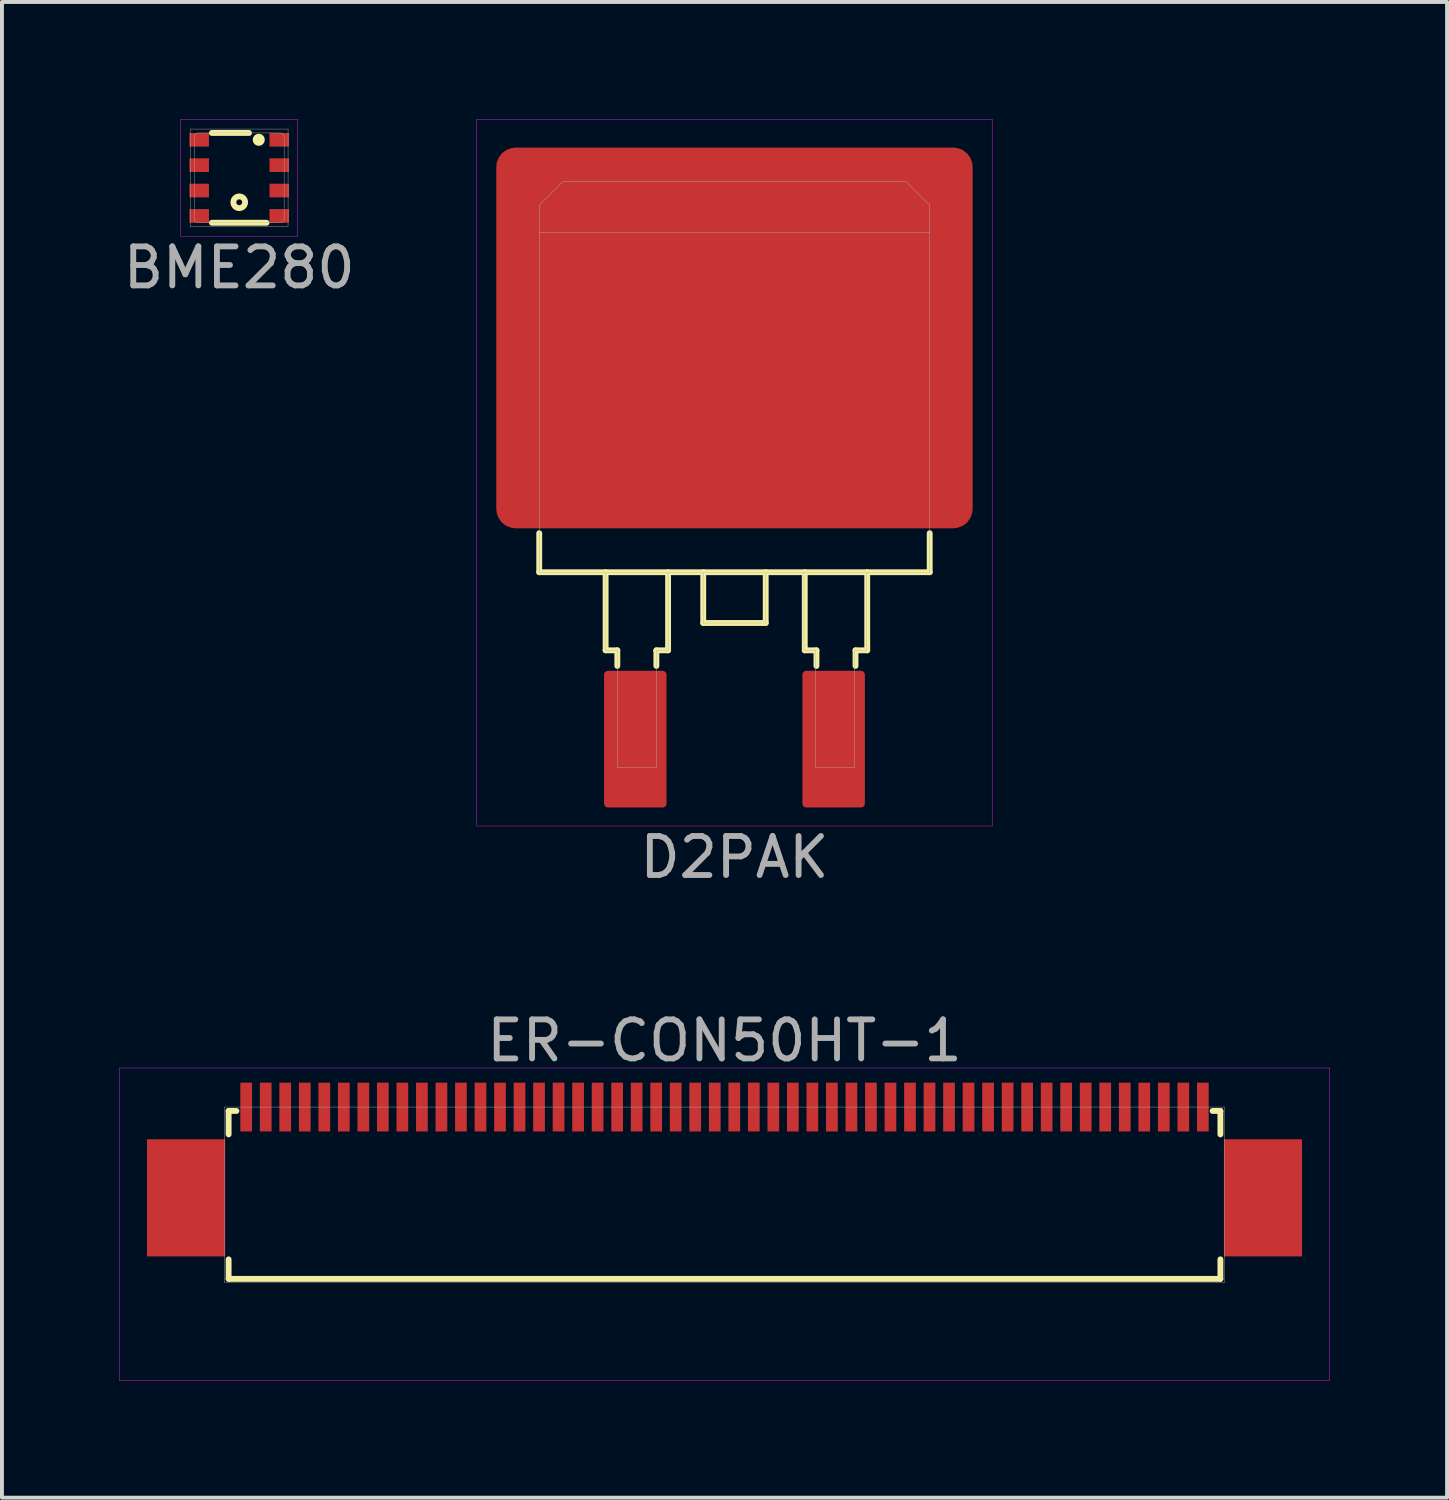
<source format=kicad_pcb>
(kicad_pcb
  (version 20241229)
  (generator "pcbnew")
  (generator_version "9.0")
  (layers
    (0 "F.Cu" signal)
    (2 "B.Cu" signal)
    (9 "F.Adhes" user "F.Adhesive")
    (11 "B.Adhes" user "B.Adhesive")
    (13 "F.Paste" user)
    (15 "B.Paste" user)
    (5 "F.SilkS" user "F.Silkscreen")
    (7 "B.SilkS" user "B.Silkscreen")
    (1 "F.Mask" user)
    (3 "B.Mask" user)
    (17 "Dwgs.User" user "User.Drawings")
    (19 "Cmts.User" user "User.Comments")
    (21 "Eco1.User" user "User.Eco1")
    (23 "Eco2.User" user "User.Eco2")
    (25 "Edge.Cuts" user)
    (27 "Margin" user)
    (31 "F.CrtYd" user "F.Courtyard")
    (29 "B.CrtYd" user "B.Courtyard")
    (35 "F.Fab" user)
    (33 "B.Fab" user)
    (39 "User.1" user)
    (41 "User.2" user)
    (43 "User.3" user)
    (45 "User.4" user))
  (footprint "ER-CON50HT-1"
    (layer "F.Cu")
    (at 15.505 25.302)
    (property "Reference" "ER-CON50HT-1" (at 0 -1.7 0) (layer "F.Fab") (effects (font (size 1 1) (thickness 0.15))))
    (attr through_hole)
    (fp_line (start -12.7 0.1) (end -12.7 0.7) (stroke (width 0.15) (type solid)) (layer "F.SilkS"))
    (fp_line (start -12.7 4.4) (end -12.7 3.9) (stroke (width 0.15) (type solid)) (layer "F.SilkS"))
    (fp_line (start -12.5 0.1) (end -12.7 0.1) (stroke (width 0.15) (type solid)) (layer "F.SilkS"))
    (fp_line (start 12.5 0.1) (end 12.7 0.1) (stroke (width 0.15) (type solid)) (layer "F.SilkS"))
    (fp_line (start 12.7 0.1) (end 12.7 0.7) (stroke (width 0.15) (type solid)) (layer "F.SilkS"))
    (fp_line (start 12.7 3.9) (end 12.7 4.4) (stroke (width 0.15) (type solid)) (layer "F.SilkS"))
    (fp_line (start 12.7 4.4) (end -12.7 4.4) (stroke (width 0.15) (type solid)) (layer "F.SilkS"))
    (fp_line (start -15.5 -1) (end -15.5 7) (stroke (width 0.01) (type solid)) (layer "F.CrtYd"))
    (fp_line (start 15.5 -1) (end -15.5 -1) (stroke (width 0.01) (type solid)) (layer "F.CrtYd"))
    (fp_line (start 15.5 7) (end -15.5 7) (stroke (width 0.01) (type solid)) (layer "F.CrtYd"))
    (fp_line (start 15.5 7) (end 15.5 -1) (stroke (width 0.01) (type solid)) (layer "F.CrtYd"))
    (fp_line (start -12.8 0) (end -12.8 4.5) (stroke (width 0.01) (type solid)) (layer "F.Fab"))
    (fp_line (start -12.8 4.5) (end 12.8 4.5) (stroke (width 0.01) (type solid)) (layer "F.Fab"))
    (fp_line (start 12.8 0) (end -12.8 0) (stroke (width 0.01) (type solid)) (layer "F.Fab"))
    (fp_line (start 12.8 4.5) (end 12.8 0) (stroke (width 0.01) (type solid)) (layer "F.Fab"))
    (pad "" smd rect (at -13.79 2.325) (size 2 3) (layers "F.Cu" "F.Mask" "F.Paste"))
    (pad "" smd rect (at 13.79 2.325) (size 2 3) (layers "F.Cu" "F.Mask" "F.Paste"))
    (pad "1" smd rect (at -12.25 0) (size 0.3 1.25) (layers "F.Cu" "F.Mask" "F.Paste"))
    (pad "2" smd rect (at -11.75 0) (size 0.3 1.25) (layers "F.Cu" "F.Mask" "F.Paste"))
    (pad "3" smd rect (at -11.25 0) (size 0.3 1.25) (layers "F.Cu" "F.Mask" "F.Paste"))
    (pad "4" smd rect (at -10.75 0) (size 0.3 1.25) (layers "F.Cu" "F.Mask" "F.Paste"))
    (pad "5" smd rect (at -10.25 0) (size 0.3 1.25) (layers "F.Cu" "F.Mask" "F.Paste"))
    (pad "6" smd rect (at -9.75 0) (size 0.3 1.25) (layers "F.Cu" "F.Mask" "F.Paste"))
    (pad "7" smd rect (at -9.25 0) (size 0.3 1.25) (layers "F.Cu" "F.Mask" "F.Paste"))
    (pad "8" smd rect (at -8.75 0) (size 0.3 1.25) (layers "F.Cu" "F.Mask" "F.Paste"))
    (pad "9" smd rect (at -8.25 0) (size 0.3 1.25) (layers "F.Cu" "F.Mask" "F.Paste"))
    (pad "10" smd rect (at -7.75 0) (size 0.3 1.25) (layers "F.Cu" "F.Mask" "F.Paste"))
    (pad "11" smd rect (at -7.25 0) (size 0.3 1.25) (layers "F.Cu" "F.Mask" "F.Paste"))
    (pad "12" smd rect (at -6.75 0) (size 0.3 1.25) (layers "F.Cu" "F.Mask" "F.Paste"))
    (pad "13" smd rect (at -6.25 0) (size 0.3 1.25) (layers "F.Cu" "F.Mask" "F.Paste"))
    (pad "14" smd rect (at -5.75 0) (size 0.3 1.25) (layers "F.Cu" "F.Mask" "F.Paste"))
    (pad "15" smd rect (at -5.25 0) (size 0.3 1.25) (layers "F.Cu" "F.Mask" "F.Paste"))
    (pad "16" smd rect (at -4.75 0) (size 0.3 1.25) (layers "F.Cu" "F.Mask" "F.Paste"))
    (pad "17" smd rect (at -4.25 0) (size 0.3 1.25) (layers "F.Cu" "F.Mask" "F.Paste"))
    (pad "18" smd rect (at -3.75 0) (size 0.3 1.25) (layers "F.Cu" "F.Mask" "F.Paste"))
    (pad "19" smd rect (at -3.25 0) (size 0.3 1.25) (layers "F.Cu" "F.Mask" "F.Paste"))
    (pad "20" smd rect (at -2.75 0) (size 0.3 1.25) (layers "F.Cu" "F.Mask" "F.Paste"))
    (pad "21" smd rect (at -2.25 0) (size 0.3 1.25) (layers "F.Cu" "F.Mask" "F.Paste"))
    (pad "22" smd rect (at -1.75 0) (size 0.3 1.25) (layers "F.Cu" "F.Mask" "F.Paste"))
    (pad "23" smd rect (at -1.25 0) (size 0.3 1.25) (layers "F.Cu" "F.Mask" "F.Paste"))
    (pad "24" smd rect (at -0.75 0) (size 0.3 1.25) (layers "F.Cu" "F.Mask" "F.Paste"))
    (pad "25" smd rect (at -0.25 0) (size 0.3 1.25) (layers "F.Cu" "F.Mask" "F.Paste"))
    (pad "26" smd rect (at 0.25 0) (size 0.3 1.25) (layers "F.Cu" "F.Mask" "F.Paste"))
    (pad "27" smd rect (at 0.75 0) (size 0.3 1.25) (layers "F.Cu" "F.Mask" "F.Paste"))
    (pad "28" smd rect (at 1.25 0) (size 0.3 1.25) (layers "F.Cu" "F.Mask" "F.Paste"))
    (pad "29" smd rect (at 1.75 0) (size 0.3 1.25) (layers "F.Cu" "F.Mask" "F.Paste"))
    (pad "30" smd rect (at 2.25 0) (size 0.3 1.25) (layers "F.Cu" "F.Mask" "F.Paste"))
    (pad "31" smd rect (at 2.75 0) (size 0.3 1.25) (layers "F.Cu" "F.Mask" "F.Paste"))
    (pad "32" smd rect (at 3.25 0) (size 0.3 1.25) (layers "F.Cu" "F.Mask" "F.Paste"))
    (pad "33" smd rect (at 3.75 0) (size 0.3 1.25) (layers "F.Cu" "F.Mask" "F.Paste"))
    (pad "34" smd rect (at 4.25 0) (size 0.3 1.25) (layers "F.Cu" "F.Mask" "F.Paste"))
    (pad "35" smd rect (at 4.75 0) (size 0.3 1.25) (layers "F.Cu" "F.Mask" "F.Paste"))
    (pad "36" smd rect (at 5.25 0) (size 0.3 1.25) (layers "F.Cu" "F.Mask" "F.Paste"))
    (pad "37" smd rect (at 5.75 0) (size 0.3 1.25) (layers "F.Cu" "F.Mask" "F.Paste"))
    (pad "38" smd rect (at 6.25 0) (size 0.3 1.25) (layers "F.Cu" "F.Mask" "F.Paste"))
    (pad "39" smd rect (at 6.75 0) (size 0.3 1.25) (layers "F.Cu" "F.Mask" "F.Paste"))
    (pad "40" smd rect (at 7.25 0) (size 0.3 1.25) (layers "F.Cu" "F.Mask" "F.Paste"))
    (pad "41" smd rect (at 7.75 0) (size 0.3 1.25) (layers "F.Cu" "F.Mask" "F.Paste"))
    (pad "42" smd rect (at 8.25 0) (size 0.3 1.25) (layers "F.Cu" "F.Mask" "F.Paste"))
    (pad "43" smd rect (at 8.75 0) (size 0.3 1.25) (layers "F.Cu" "F.Mask" "F.Paste"))
    (pad "44" smd rect (at 9.25 0) (size 0.3 1.25) (layers "F.Cu" "F.Mask" "F.Paste"))
    (pad "45" smd rect (at 9.75 0) (size 0.3 1.25) (layers "F.Cu" "F.Mask" "F.Paste"))
    (pad "46" smd rect (at 10.25 0) (size 0.3 1.25) (layers "F.Cu" "F.Mask" "F.Paste"))
    (pad "47" smd rect (at 10.75 0) (size 0.3 1.25) (layers "F.Cu" "F.Mask" "F.Paste"))
    (pad "48" smd rect (at 11.25 0) (size 0.3 1.25) (layers "F.Cu" "F.Mask" "F.Paste"))
    (pad "49" smd rect (at 11.75 0) (size 0.3 1.25) (layers "F.Cu" "F.Mask" "F.Paste"))
    (pad "50" smd rect (at 12.25 0) (size 0.3 1.25) (layers "F.Cu" "F.Mask" "F.Paste")))
  (footprint "BME280"
    (layer "F.Cu")
    (at 3.077 1.505)
    (property "Reference" "BME280" (at 0 2.3 0) (layer "F.Fab") (effects (font (size 1 1) (thickness 0.15))))
    (attr smd)
    (fp_line (start -0.7 -1.15) (end 0.25 -1.15) (stroke (width 0.15) (type solid)) (layer "F.SilkS"))
    (fp_line (start -0.7 1.15) (end 0.7 1.15) (stroke (width 0.15) (type solid)) (layer "F.SilkS"))
    (fp_circle (center 0 0.625) (end 0 0.775) (stroke (width 0.15) (type solid)) (fill no) (layer "F.SilkS"))
    (fp_circle (center 0.5 -0.975) (end 0.58 -0.97) (stroke (width 0.15) (type solid)) (fill no) (layer "F.SilkS"))
    (fp_line (start -1.5 -1.5) (end 1.5 -1.5) (stroke (width 0.01) (type solid)) (layer "F.CrtYd"))
    (fp_line (start -1.5 1.5) (end -1.5 -1.5) (stroke (width 0.01) (type solid)) (layer "F.CrtYd"))
    (fp_line (start 1.5 -1.5) (end 1.5 1.5) (stroke (width 0.01) (type solid)) (layer "F.CrtYd"))
    (fp_line (start 1.5 1.5) (end -1.5 1.5) (stroke (width 0.01) (type solid)) (layer "F.CrtYd"))
    (fp_line (start -1.25 -1.25) (end -1.25 1.25) (stroke (width 0.01) (type solid)) (layer "F.Fab"))
    (fp_line (start -1.25 -1.25) (end 1.25 -1.25) (stroke (width 0.01) (type solid)) (layer "F.Fab"))
    (fp_line (start -1.15 -1.05) (end -1.15 1.05) (stroke (width 0.01) (type solid)) (layer "F.Fab"))
    (fp_line (start -1.05 1.15) (end 1.05 1.15) (stroke (width 0.01) (type solid)) (layer "F.Fab"))
    (fp_line (start 1.05 -1.15) (end -1.05 -1.15) (stroke (width 0.01) (type solid)) (layer "F.Fab"))
    (fp_line (start 1.15 1.05) (end 1.15 -1.05) (stroke (width 0.01) (type solid)) (layer "F.Fab"))
    (fp_line (start 1.25 -1.25) (end 1.25 -1.25) (stroke (width 0.01) (type solid)) (layer "F.Fab"))
    (fp_line (start 1.25 -1.25) (end 1.25 1.25) (stroke (width 0.01) (type solid)) (layer "F.Fab"))
    (fp_line (start 1.25 1.25) (end -1.25 1.25) (stroke (width 0.01) (type solid)) (layer "F.Fab"))
    (fp_arc (start -1.15 -1.05) (mid -1.120711 -1.120711) (end -1.05 -1.15) (stroke (width 0.01) (type solid)) (layer "F.Fab"))
    (fp_arc (start -1.05 1.15) (mid -1.120711 1.120711) (end -1.15 1.05) (stroke (width 0.01) (type solid)) (layer "F.Fab"))
    (fp_arc (start 1.05 -1.15) (mid 1.120711 -1.120711) (end 1.15 -1.05) (stroke (width 0.01) (type solid)) (layer "F.Fab"))
    (fp_arc (start 1.15 1.05) (mid 1.120711 1.120711) (end 1.05 1.15) (stroke (width 0.01) (type solid)) (layer "F.Fab"))
    (pad "1" smd rect (at 1.025 -0.975) (size 0.5 0.35) (layers "F.Cu" "F.Mask" "F.Paste"))
    (pad "2" smd rect (at 1.025 -0.325) (size 0.5 0.35) (layers "F.Cu" "F.Mask" "F.Paste"))
    (pad "3" smd rect (at 1.025 0.325) (size 0.5 0.35) (layers "F.Cu" "F.Mask" "F.Paste"))
    (pad "4" smd rect (at 1.025 0.975) (size 0.5 0.35) (layers "F.Cu" "F.Mask" "F.Paste"))
    (pad "5" smd rect (at -1.025 0.975) (size 0.5 0.35) (layers "F.Cu" "F.Mask" "F.Paste"))
    (pad "6" smd rect (at -1.025 0.325) (size 0.5 0.35) (layers "F.Cu" "F.Mask" "F.Paste"))
    (pad "7" smd rect (at -1.025 -0.325) (size 0.5 0.35) (layers "F.Cu" "F.Mask" "F.Paste"))
    (pad "8" smd rect (at -1.025 -0.975) (size 0.5 0.35) (layers "F.Cu" "F.Mask" "F.Paste")))
  (footprint "D2PAK"
    (layer "F.Cu")
    (at 15.76 5.605)
    (property "Reference" "D2PAK" (at 0 13.3 0) (layer "F.Fab") (effects (font (size 1 1) (thickness 0.15))))
    (attr through_hole)
    (fp_line (start -5 5) (end -5 6) (stroke (width 0.15) (type solid)) (layer "F.SilkS"))
    (fp_line (start -5 6) (end 5 6) (stroke (width 0.15) (type solid)) (layer "F.SilkS"))
    (fp_line (start -3.3 6) (end -3.3 8) (stroke (width 0.15) (type solid)) (layer "F.SilkS"))
    (fp_line (start -3.3 8) (end -3 8) (stroke (width 0.15) (type solid)) (layer "F.SilkS"))
    (fp_line (start -3 8) (end -3 8.4) (stroke (width 0.15) (type solid)) (layer "F.SilkS"))
    (fp_line (start -2 8) (end -1.7 8) (stroke (width 0.15) (type solid)) (layer "F.SilkS"))
    (fp_line (start -2 8.4) (end -2 8) (stroke (width 0.15) (type solid)) (layer "F.SilkS"))
    (fp_line (start -1.7 8) (end -1.7 6) (stroke (width 0.15) (type solid)) (layer "F.SilkS"))
    (fp_line (start -0.8 6) (end -0.8 7.3) (stroke (width 0.15) (type solid)) (layer "F.SilkS"))
    (fp_line (start -0.8 7.3) (end 0.8 7.3) (stroke (width 0.15) (type solid)) (layer "F.SilkS"))
    (fp_line (start 0.8 7.3) (end 0.8 6) (stroke (width 0.15) (type solid)) (layer "F.SilkS"))
    (fp_line (start 1.8 6) (end 1.8 8) (stroke (width 0.15) (type solid)) (layer "F.SilkS"))
    (fp_line (start 1.8 8) (end 2.1 8) (stroke (width 0.15) (type solid)) (layer "F.SilkS"))
    (fp_line (start 2.1 8) (end 2.1 8.4) (stroke (width 0.15) (type solid)) (layer "F.SilkS"))
    (fp_line (start 3.1 8) (end 3.4 8) (stroke (width 0.15) (type solid)) (layer "F.SilkS"))
    (fp_line (start 3.1 8.4) (end 3.1 8) (stroke (width 0.15) (type solid)) (layer "F.SilkS"))
    (fp_line (start 3.4 8) (end 3.4 6) (stroke (width 0.15) (type solid)) (layer "F.SilkS"))
    (fp_line (start 5 6) (end 5 5) (stroke (width 0.15) (type solid)) (layer "F.SilkS"))
    (fp_line (start -6.6 -5.6) (end 6.6 -5.6) (stroke (width 0.01) (type solid)) (layer "F.CrtYd"))
    (fp_line (start -6.6 12.5) (end -6.6 -5.6) (stroke (width 0.01) (type solid)) (layer "F.CrtYd"))
    (fp_line (start 6.6 -5.6) (end 6.6 12.5) (stroke (width 0.01) (type solid)) (layer "F.CrtYd"))
    (fp_line (start 6.6 12.5) (end -6.6 12.5) (stroke (width 0.01) (type solid)) (layer "F.CrtYd"))
    (fp_line (start -5 -3.4) (end -4.4 -4) (stroke (width 0.01) (type solid)) (layer "F.Fab"))
    (fp_line (start -5 -2.7) (end 5 -2.7) (stroke (width 0.01) (type solid)) (layer "F.Fab"))
    (fp_line (start -5 6) (end -5 -3.4) (stroke (width 0.01) (type solid)) (layer "F.Fab"))
    (fp_line (start -4.4 -4) (end 4.4 -4) (stroke (width 0.01) (type solid)) (layer "F.Fab"))
    (fp_line (start -3.3 6) (end -3.3 8) (stroke (width 0.01) (type solid)) (layer "F.Fab"))
    (fp_line (start -3.3 8) (end -3 8) (stroke (width 0.01) (type solid)) (layer "F.Fab"))
    (fp_line (start -3 11) (end -3 8) (stroke (width 0.01) (type solid)) (layer "F.Fab"))
    (fp_line (start -2 8) (end -2 11) (stroke (width 0.01) (type solid)) (layer "F.Fab"))
    (fp_line (start -2 8) (end -1.7 8) (stroke (width 0.01) (type solid)) (layer "F.Fab"))
    (fp_line (start -2 11) (end -3 11) (stroke (width 0.01) (type solid)) (layer "F.Fab"))
    (fp_line (start -1.7 8) (end -1.7 6) (stroke (width 0.01) (type solid)) (layer "F.Fab"))
    (fp_line (start -0.8 6) (end -0.8 7.3) (stroke (width 0.01) (type solid)) (layer "F.Fab"))
    (fp_line (start -0.8 7.3) (end 0.8 7.3) (stroke (width 0.01) (type solid)) (layer "F.Fab"))
    (fp_line (start 0.8 7.3) (end 0.8 6) (stroke (width 0.01) (type solid)) (layer "F.Fab"))
    (fp_line (start 1.78 6) (end 1.78 8) (stroke (width 0.01) (type solid)) (layer "F.Fab"))
    (fp_line (start 1.78 8) (end 2.08 8) (stroke (width 0.01) (type solid)) (layer "F.Fab"))
    (fp_line (start 2.08 11) (end 2.08 8) (stroke (width 0.01) (type solid)) (layer "F.Fab"))
    (fp_line (start 3.08 8) (end 3.08 11) (stroke (width 0.01) (type solid)) (layer "F.Fab"))
    (fp_line (start 3.08 8) (end 3.38 8) (stroke (width 0.01) (type solid)) (layer "F.Fab"))
    (fp_line (start 3.08 11) (end 2.08 11) (stroke (width 0.01) (type solid)) (layer "F.Fab"))
    (fp_line (start 3.38 8) (end 3.38 6) (stroke (width 0.01) (type solid)) (layer "F.Fab"))
    (fp_line (start 4.4 -4) (end 5 -3.4) (stroke (width 0.01) (type solid)) (layer "F.Fab"))
    (fp_line (start 5 -3.4) (end 5 6) (stroke (width 0.01) (type solid)) (layer "F.Fab"))
    (fp_line (start 5 6) (end -5 6) (stroke (width 0.01) (type solid)) (layer "F.Fab"))
    (pad "1" smd roundrect (at -2.54 10.275) (size 1.6 3.5) (layers "F.Cu" "F.Mask" "F.Paste") (roundrect_rratio 0.062))
    (pad "3" smd roundrect (at 2.54 10.275) (size 1.6 3.5) (layers "F.Cu" "F.Mask" "F.Paste") (roundrect_rratio 0.062))
    (pad "4" smd roundrect (at 0 0) (size 12.2 9.75) (layers "F.Cu" "F.Mask" "F.Paste") (roundrect_rratio 0.051)))
  (gr_rect
    (start -3 -3)
    (end 34.01 35.306)
    (stroke (width 0.1) (type default))
    (fill no)
    (layer "Edge.Cuts")))
</source>
